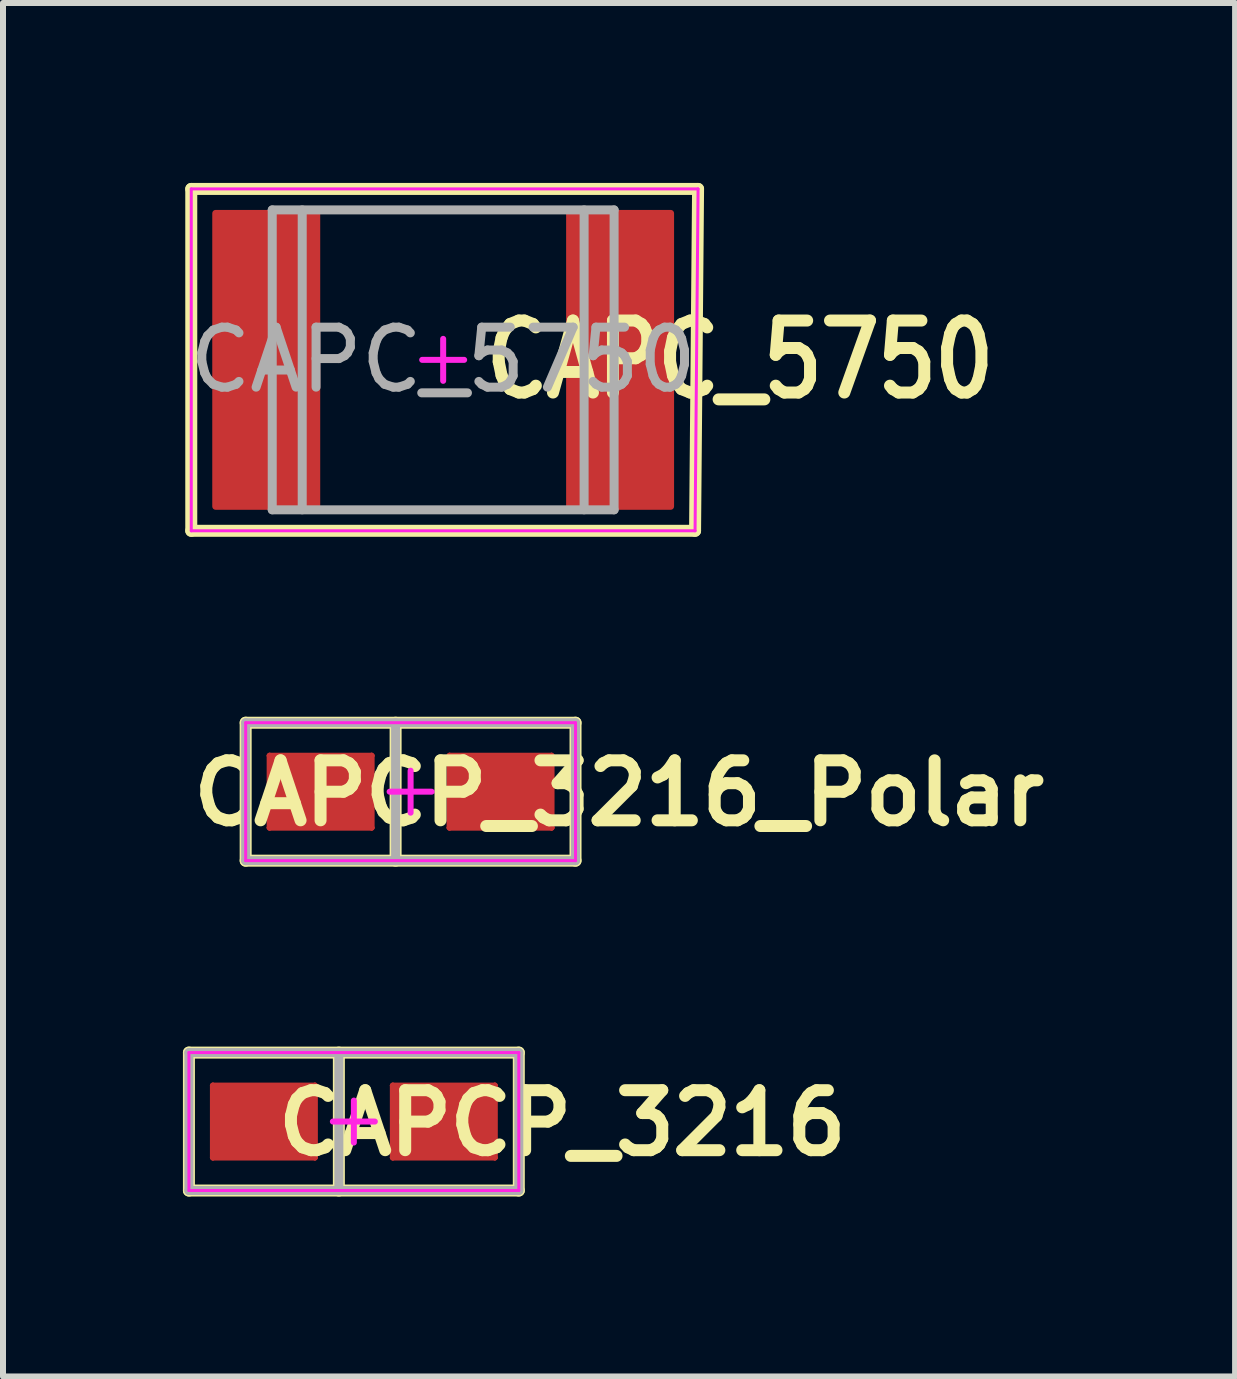
<source format=kicad_pcb>
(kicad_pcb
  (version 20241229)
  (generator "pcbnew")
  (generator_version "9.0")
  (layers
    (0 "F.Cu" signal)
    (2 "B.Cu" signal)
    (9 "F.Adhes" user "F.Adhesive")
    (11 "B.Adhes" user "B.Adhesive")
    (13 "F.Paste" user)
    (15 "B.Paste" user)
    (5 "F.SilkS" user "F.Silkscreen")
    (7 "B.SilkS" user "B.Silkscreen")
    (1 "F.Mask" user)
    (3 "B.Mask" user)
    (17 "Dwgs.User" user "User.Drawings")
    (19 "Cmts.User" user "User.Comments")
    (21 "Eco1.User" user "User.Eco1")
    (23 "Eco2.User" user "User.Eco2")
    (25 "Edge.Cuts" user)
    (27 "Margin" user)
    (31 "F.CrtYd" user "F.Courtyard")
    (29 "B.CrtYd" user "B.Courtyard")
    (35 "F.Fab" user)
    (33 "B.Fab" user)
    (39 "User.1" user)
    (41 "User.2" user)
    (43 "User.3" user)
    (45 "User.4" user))
  (footprint "CAPC_5750"
    (layer "F.Cu")
    (at 4.339 2.95)
    (property "Reference" "CAPC_5750" (at 4.95 0 0) (layer "F.SilkS") (effects (font (size 1.2 1) (thickness 0.2))))
    (attr through_hole)
    (fp_line (start -4.2 2.85) (end -4.2 -2.85) (stroke (width 0.2) (type solid)) (layer "F.SilkS"))
    (fp_line (start 4.2 2.85) (end -4.2 2.85) (stroke (width 0.2) (type solid)) (layer "F.SilkS"))
    (fp_line (start 4.2 2.85) (end 4.25 -2.85) (stroke (width 0.2) (type solid)) (layer "F.SilkS"))
    (fp_line (start 4.25 -2.85) (end -4.2 -2.85) (stroke (width 0.2) (type solid)) (layer "F.SilkS"))
    (fp_line (start -4.2 -2.85) (end 4.25 -2.85) (stroke (width 0.05) (type solid)) (layer "F.CrtYd"))
    (fp_line (start -4.2 2.85) (end -4.2 -2.85) (stroke (width 0.05) (type solid)) (layer "F.CrtYd"))
    (fp_line (start -0.35 0) (end 0.35 0) (stroke (width 0.1) (type solid)) (layer "F.CrtYd"))
    (fp_line (start 0 -0.35) (end 0 0.35) (stroke (width 0.1) (type solid)) (layer "F.CrtYd"))
    (fp_line (start 4.2 2.85) (end -4.2 2.85) (stroke (width 0.05) (type solid)) (layer "F.CrtYd"))
    (fp_line (start 4.2 2.85) (end 4.25 -2.85) (stroke (width 0.05) (type solid)) (layer "F.CrtYd"))
    (fp_line (start -2.85 -2.5) (end -2.85 2.5) (stroke (width 0.15) (type solid)) (layer "F.Fab"))
    (fp_line (start -2.35 -2.5) (end -2.35 2.5) (stroke (width 0.15) (type solid)) (layer "F.Fab"))
    (fp_line (start 2.35 -2.5) (end 2.35 2.5) (stroke (width 0.15) (type solid)) (layer "F.Fab"))
    (fp_line (start 2.85 -2.5) (end -2.85 -2.5) (stroke (width 0.15) (type solid)) (layer "F.Fab"))
    (fp_line (start 2.85 -2.5) (end 2.85 2.5) (stroke (width 0.15) (type solid)) (layer "F.Fab"))
    (fp_line (start 2.85 2.5) (end -2.85 2.5) (stroke (width 0.15) (type solid)) (layer "F.Fab"))
    (fp_text user "${REFERENCE}" (at 0 0 0) (layer "F.Fab") (effects (font (size 1 1) (thickness 0.15))))
    (pad "1" smd roundrect (at -2.95 0) (size 1.8 5) (layers "F.Cu" "F.Mask" "F.Paste") (roundrect_rratio 0.031))
    (pad "2" smd roundrect (at 2.95 0) (size 1.8 5) (layers "F.Cu" "F.Mask" "F.Paste") (roundrect_rratio 0.031)))
  (footprint "CAPCP_3216_Polar"
    (layer "F.Cu")
    (at 3.796 10.15)
    (property "Reference" "CAPCP_3216_Polar" (at 3.475 0.025 0) (layer "F.SilkS") (effects (font (size 1 1) (thickness 0.2))))
    (attr through_hole)
    (fp_line (start -2.375 0.6) (end -2.375 -0.6) (stroke (width 0.05) (type solid)) (layer "F.Cu"))
    (fp_line (start -2.35 -0.625) (end -0.65 -0.625) (stroke (width 0.05) (type solid)) (layer "F.Cu"))
    (fp_line (start -2.35 -0.6) (end -0.65 -0.6) (stroke (width 0.05) (type solid)) (layer "F.Cu"))
    (fp_line (start -2.35 0.6) (end -2.35 -0.6) (stroke (width 0.05) (type solid)) (layer "F.Cu"))
    (fp_line (start -2.35 0.6) (end -0.65 0.6) (stroke (width 0.05) (type solid)) (layer "F.Cu"))
    (fp_line (start -2.35 0.625) (end -0.65 0.625) (stroke (width 0.05) (type solid)) (layer "F.Cu"))
    (fp_line (start -0.65 0.6) (end -0.65 -0.6) (stroke (width 0.05) (type solid)) (layer "F.Cu"))
    (fp_line (start -0.625 0.6) (end -0.625 -0.6) (stroke (width 0.05) (type solid)) (layer "F.Cu"))
    (fp_line (start 0.625 0.6) (end 0.625 -0.6) (stroke (width 0.05) (type solid)) (layer "F.Cu"))
    (fp_line (start 0.65 -0.625) (end 2.35 -0.625) (stroke (width 0.05) (type solid)) (layer "F.Cu"))
    (fp_line (start 0.65 -0.6) (end 2.35 -0.6) (stroke (width 0.05) (type solid)) (layer "F.Cu"))
    (fp_line (start 0.65 0.6) (end 0.65 -0.6) (stroke (width 0.05) (type solid)) (layer "F.Cu"))
    (fp_line (start 0.65 0.6) (end 2.35 0.6) (stroke (width 0.05) (type solid)) (layer "F.Cu"))
    (fp_line (start 0.65 0.625) (end 2.35 0.625) (stroke (width 0.05) (type solid)) (layer "F.Cu"))
    (fp_line (start 2.35 0.6) (end 2.35 -0.6) (stroke (width 0.05) (type solid)) (layer "F.Cu"))
    (fp_line (start 2.375 0.6) (end 2.375 -0.6) (stroke (width 0.05) (type solid)) (layer "F.Cu"))
    (fp_arc (start -2.375 -0.6) (mid -2.367693 -0.617662) (end -2.350044 -0.625) (stroke (width 0.05) (type solid)) (layer "F.Cu"))
    (fp_arc (start -2.375 -0.6) (mid -2.367693 -0.617662) (end -2.350044 -0.625) (stroke (width 0.05) (type solid)) (layer "F.Cu"))
    (fp_arc (start -2.35 0.625) (mid -2.367662 0.617693) (end -2.375 0.600044) (stroke (width 0.05) (type solid)) (layer "F.Cu"))
    (fp_arc (start -2.35 0.625) (mid -2.367662 0.617693) (end -2.375 0.600044) (stroke (width 0.05) (type solid)) (layer "F.Cu"))
    (fp_arc (start -0.65 -0.625) (mid -0.632338 -0.617693) (end -0.625 -0.600044) (stroke (width 0.05) (type solid)) (layer "F.Cu"))
    (fp_arc (start -0.65 -0.625) (mid -0.632338 -0.617693) (end -0.625 -0.600044) (stroke (width 0.05) (type solid)) (layer "F.Cu"))
    (fp_arc (start -0.625 0.6) (mid -0.632307 0.617662) (end -0.649956 0.625) (stroke (width 0.05) (type solid)) (layer "F.Cu"))
    (fp_arc (start -0.625 0.6) (mid -0.632307 0.617662) (end -0.649956 0.625) (stroke (width 0.05) (type solid)) (layer "F.Cu"))
    (fp_arc (start 0.625 -0.6) (mid 0.632307 -0.617662) (end 0.649956 -0.625) (stroke (width 0.05) (type solid)) (layer "F.Cu"))
    (fp_arc (start 0.625 -0.6) (mid 0.632307 -0.617662) (end 0.649956 -0.625) (stroke (width 0.05) (type solid)) (layer "F.Cu"))
    (fp_arc (start 0.65 0.625) (mid 0.632338 0.617693) (end 0.625 0.600044) (stroke (width 0.05) (type solid)) (layer "F.Cu"))
    (fp_arc (start 0.65 0.625) (mid 0.632338 0.617693) (end 0.625 0.600044) (stroke (width 0.05) (type solid)) (layer "F.Cu"))
    (fp_arc (start 2.35 -0.625) (mid 2.367662 -0.617693) (end 2.375 -0.600044) (stroke (width 0.05) (type solid)) (layer "F.Cu"))
    (fp_arc (start 2.35 -0.625) (mid 2.367662 -0.617693) (end 2.375 -0.600044) (stroke (width 0.05) (type solid)) (layer "F.Cu"))
    (fp_arc (start 2.375 0.6) (mid 2.367693 0.617662) (end 2.350044 0.625) (stroke (width 0.05) (type solid)) (layer "F.Cu"))
    (fp_arc (start 2.375 0.6) (mid 2.367693 0.617662) (end 2.350044 0.625) (stroke (width 0.05) (type solid)) (layer "F.Cu"))
    (fp_line (start -2.45 -0.6) (end -2.45 0.6) (stroke (width 0.1) (type solid)) (layer "F.Mask"))
    (fp_line (start -0.65 -0.7) (end -2.35 -0.7) (stroke (width 0.1) (type solid)) (layer "F.Mask"))
    (fp_line (start -0.65 0.7) (end -2.35 0.7) (stroke (width 0.1) (type solid)) (layer "F.Mask"))
    (fp_line (start -0.55 -0.6) (end -0.55 0.6) (stroke (width 0.1) (type solid)) (layer "F.Mask"))
    (fp_line (start 0.55 -0.6) (end 0.55 0.6) (stroke (width 0.1) (type solid)) (layer "F.Mask"))
    (fp_line (start 2.325 -0.7) (end 0.65 -0.7) (stroke (width 0.1) (type solid)) (layer "F.Mask"))
    (fp_line (start 2.35 0.7) (end 0.65 0.7) (stroke (width 0.1) (type solid)) (layer "F.Mask"))
    (fp_line (start 2.45 -0.6) (end 2.45 0.6) (stroke (width 0.1) (type solid)) (layer "F.Mask"))
    (fp_arc (start -2.45 -0.6) (mid -2.420773 -0.670649) (end -2.350175 -0.7) (stroke (width 0.1) (type solid)) (layer "F.Mask"))
    (fp_arc (start -2.45 -0.6) (mid -2.420773 -0.670649) (end -2.350175 -0.7) (stroke (width 0.1) (type solid)) (layer "F.Mask"))
    (fp_arc (start -2.35 0.7) (mid -2.420649 0.670773) (end -2.45 0.600175) (stroke (width 0.1) (type solid)) (layer "F.Mask"))
    (fp_arc (start -2.35 0.7) (mid -2.420649 0.670773) (end -2.45 0.600175) (stroke (width 0.1) (type solid)) (layer "F.Mask"))
    (fp_arc (start -0.65 -0.7) (mid -0.579351 -0.670773) (end -0.55 -0.600175) (stroke (width 0.1) (type solid)) (layer "F.Mask"))
    (fp_arc (start -0.65 -0.7) (mid -0.579351 -0.670773) (end -0.55 -0.600175) (stroke (width 0.1) (type solid)) (layer "F.Mask"))
    (fp_arc (start -0.55 0.6) (mid -0.579227 0.670649) (end -0.649825 0.7) (stroke (width 0.1) (type solid)) (layer "F.Mask"))
    (fp_arc (start -0.55 0.6) (mid -0.579227 0.670649) (end -0.649825 0.7) (stroke (width 0.1) (type solid)) (layer "F.Mask"))
    (fp_arc (start 0.55 -0.6) (mid 0.579227 -0.670649) (end 0.649825 -0.7) (stroke (width 0.1) (type solid)) (layer "F.Mask"))
    (fp_arc (start 0.55 -0.6) (mid 0.579227 -0.670649) (end 0.649825 -0.7) (stroke (width 0.1) (type solid)) (layer "F.Mask"))
    (fp_arc (start 0.65 0.7) (mid 0.579351 0.670773) (end 0.55 0.600175) (stroke (width 0.1) (type solid)) (layer "F.Mask"))
    (fp_arc (start 0.65 0.7) (mid 0.579351 0.670773) (end 0.55 0.600175) (stroke (width 0.1) (type solid)) (layer "F.Mask"))
    (fp_arc (start 2.35 -0.7) (mid 2.420649 -0.670773) (end 2.45 -0.600175) (stroke (width 0.1) (type solid)) (layer "F.Mask"))
    (fp_arc (start 2.35 -0.7) (mid 2.420649 -0.670773) (end 2.45 -0.600175) (stroke (width 0.1) (type solid)) (layer "F.Mask"))
    (fp_arc (start 2.45 0.6) (mid 2.420773 0.670649) (end 2.350175 0.7) (stroke (width 0.1) (type solid)) (layer "F.Mask"))
    (fp_arc (start 2.45 0.6) (mid 2.420773 0.670649) (end 2.350175 0.7) (stroke (width 0.1) (type solid)) (layer "F.Mask"))
    (fp_line (start -2.75 -1.15) (end -2.75 1.15) (stroke (width 0.2) (type solid)) (layer "F.SilkS"))
    (fp_line (start -2.75 1.15) (end 2.75 1.15) (stroke (width 0.2) (type solid)) (layer "F.SilkS"))
    (fp_line (start -0.25 -1.15) (end -0.25 1.15) (stroke (width 0.2) (type solid)) (layer "F.SilkS"))
    (fp_line (start 2.75 -1.15) (end -2.75 -1.15) (stroke (width 0.2) (type solid)) (layer "F.SilkS"))
    (fp_line (start 2.75 1.15) (end 2.75 -1.15) (stroke (width 0.2) (type solid)) (layer "F.SilkS"))
    (fp_line (start -2.35 -0.6) (end -0.65 -0.6) (stroke (width 0.05) (type solid)) (layer "F.Paste"))
    (fp_line (start -2.35 0.6) (end -2.35 -0.6) (stroke (width 0.05) (type solid)) (layer "F.Paste"))
    (fp_line (start -0.65 -0.6) (end -0.65 0.6) (stroke (width 0.05) (type solid)) (layer "F.Paste"))
    (fp_line (start -0.65 0.6) (end -2.35 0.6) (stroke (width 0.05) (type solid)) (layer "F.Paste"))
    (fp_line (start 0.65 -0.6) (end 2.35 -0.6) (stroke (width 0.05) (type solid)) (layer "F.Paste"))
    (fp_line (start 0.65 0.6) (end 0.65 -0.6) (stroke (width 0.05) (type solid)) (layer "F.Paste"))
    (fp_line (start 2.35 -0.6) (end 2.35 0.6) (stroke (width 0.05) (type solid)) (layer "F.Paste"))
    (fp_line (start 2.35 0.6) (end 0.65 0.6) (stroke (width 0.05) (type solid)) (layer "F.Paste"))
    (fp_line (start -2.75 -1.15) (end 2.75 -1.15) (stroke (width 0.05) (type solid)) (layer "F.CrtYd"))
    (fp_line (start -2.75 1.15) (end -2.75 -1.15) (stroke (width 0.05) (type solid)) (layer "F.CrtYd"))
    (fp_line (start -0.35 0) (end 0.35 0) (stroke (width 0.1) (type solid)) (layer "F.CrtYd"))
    (fp_line (start 0 -0.35) (end 0 0.35) (stroke (width 0.1) (type solid)) (layer "F.CrtYd"))
    (fp_line (start 2.75 -1.15) (end 2.75 1.15) (stroke (width 0.05) (type solid)) (layer "F.CrtYd"))
    (fp_line (start 2.75 1.15) (end -2.75 1.15) (stroke (width 0.05) (type solid)) (layer "F.CrtYd"))
    (fp_line (start -2.75 -1.15) (end -2.75 1.15) (stroke (width 0.15) (type solid)) (layer "F.Fab"))
    (fp_line (start -2.75 1.15) (end 2.75 1.15) (stroke (width 0.15) (type solid)) (layer "F.Fab"))
    (fp_line (start -0.25 -1.15) (end -0.25 1.15) (stroke (width 0.15) (type solid)) (layer "F.Fab"))
    (fp_line (start 2.75 -1.15) (end -2.75 -1.15) (stroke (width 0.15) (type solid)) (layer "F.Fab"))
    (fp_line (start 2.75 1.15) (end 2.75 -1.15) (stroke (width 0.15) (type solid)) (layer "F.Fab"))
    (pad "+" smd rect (at -1.5 0) (size 1.7 1.2) (layers "F.Cu" "F.Mask" "F.Paste"))
    (pad "-" smd rect (at 1.5 0) (size 1.7 1.2) (layers "F.Cu" "F.Mask" "F.Paste")))
  (footprint "CAPCP_3216"
    (layer "F.Cu")
    (at 2.85 15.65)
    (property "Reference" "CAPCP_3216" (at 3.475 0.025 0) (layer "F.SilkS") (effects (font (size 1 1) (thickness 0.2))))
    (attr through_hole)
    (fp_line (start -2.375 0.6) (end -2.375 -0.6) (stroke (width 0.05) (type solid)) (layer "F.Cu"))
    (fp_line (start -2.35 -0.625) (end -0.65 -0.625) (stroke (width 0.05) (type solid)) (layer "F.Cu"))
    (fp_line (start -2.35 -0.6) (end -0.65 -0.6) (stroke (width 0.05) (type solid)) (layer "F.Cu"))
    (fp_line (start -2.35 0.6) (end -2.35 -0.6) (stroke (width 0.05) (type solid)) (layer "F.Cu"))
    (fp_line (start -2.35 0.6) (end -0.65 0.6) (stroke (width 0.05) (type solid)) (layer "F.Cu"))
    (fp_line (start -2.35 0.625) (end -0.65 0.625) (stroke (width 0.05) (type solid)) (layer "F.Cu"))
    (fp_line (start -0.65 0.6) (end -0.65 -0.6) (stroke (width 0.05) (type solid)) (layer "F.Cu"))
    (fp_line (start -0.625 0.6) (end -0.625 -0.6) (stroke (width 0.05) (type solid)) (layer "F.Cu"))
    (fp_line (start 0.625 0.6) (end 0.625 -0.6) (stroke (width 0.05) (type solid)) (layer "F.Cu"))
    (fp_line (start 0.65 -0.625) (end 2.35 -0.625) (stroke (width 0.05) (type solid)) (layer "F.Cu"))
    (fp_line (start 0.65 -0.6) (end 2.35 -0.6) (stroke (width 0.05) (type solid)) (layer "F.Cu"))
    (fp_line (start 0.65 0.6) (end 0.65 -0.6) (stroke (width 0.05) (type solid)) (layer "F.Cu"))
    (fp_line (start 0.65 0.6) (end 2.35 0.6) (stroke (width 0.05) (type solid)) (layer "F.Cu"))
    (fp_line (start 0.65 0.625) (end 2.35 0.625) (stroke (width 0.05) (type solid)) (layer "F.Cu"))
    (fp_line (start 2.35 0.6) (end 2.35 -0.6) (stroke (width 0.05) (type solid)) (layer "F.Cu"))
    (fp_line (start 2.375 0.6) (end 2.375 -0.6) (stroke (width 0.05) (type solid)) (layer "F.Cu"))
    (fp_arc (start -2.375 -0.6) (mid -2.367693 -0.617662) (end -2.350044 -0.625) (stroke (width 0.05) (type solid)) (layer "F.Cu"))
    (fp_arc (start -2.375 -0.6) (mid -2.367693 -0.617662) (end -2.350044 -0.625) (stroke (width 0.05) (type solid)) (layer "F.Cu"))
    (fp_arc (start -2.35 0.625) (mid -2.367662 0.617693) (end -2.375 0.600044) (stroke (width 0.05) (type solid)) (layer "F.Cu"))
    (fp_arc (start -2.35 0.625) (mid -2.367662 0.617693) (end -2.375 0.600044) (stroke (width 0.05) (type solid)) (layer "F.Cu"))
    (fp_arc (start -0.65 -0.625) (mid -0.632338 -0.617693) (end -0.625 -0.600044) (stroke (width 0.05) (type solid)) (layer "F.Cu"))
    (fp_arc (start -0.65 -0.625) (mid -0.632338 -0.617693) (end -0.625 -0.600044) (stroke (width 0.05) (type solid)) (layer "F.Cu"))
    (fp_arc (start -0.625 0.6) (mid -0.632307 0.617662) (end -0.649956 0.625) (stroke (width 0.05) (type solid)) (layer "F.Cu"))
    (fp_arc (start -0.625 0.6) (mid -0.632307 0.617662) (end -0.649956 0.625) (stroke (width 0.05) (type solid)) (layer "F.Cu"))
    (fp_arc (start 0.625 -0.6) (mid 0.632307 -0.617662) (end 0.649956 -0.625) (stroke (width 0.05) (type solid)) (layer "F.Cu"))
    (fp_arc (start 0.625 -0.6) (mid 0.632307 -0.617662) (end 0.649956 -0.625) (stroke (width 0.05) (type solid)) (layer "F.Cu"))
    (fp_arc (start 0.65 0.625) (mid 0.632338 0.617693) (end 0.625 0.600044) (stroke (width 0.05) (type solid)) (layer "F.Cu"))
    (fp_arc (start 0.65 0.625) (mid 0.632338 0.617693) (end 0.625 0.600044) (stroke (width 0.05) (type solid)) (layer "F.Cu"))
    (fp_arc (start 2.35 -0.625) (mid 2.367662 -0.617693) (end 2.375 -0.600044) (stroke (width 0.05) (type solid)) (layer "F.Cu"))
    (fp_arc (start 2.35 -0.625) (mid 2.367662 -0.617693) (end 2.375 -0.600044) (stroke (width 0.05) (type solid)) (layer "F.Cu"))
    (fp_arc (start 2.375 0.6) (mid 2.367693 0.617662) (end 2.350044 0.625) (stroke (width 0.05) (type solid)) (layer "F.Cu"))
    (fp_arc (start 2.375 0.6) (mid 2.367693 0.617662) (end 2.350044 0.625) (stroke (width 0.05) (type solid)) (layer "F.Cu"))
    (fp_line (start -2.45 -0.6) (end -2.45 0.6) (stroke (width 0.1) (type solid)) (layer "F.Mask"))
    (fp_line (start -0.65 -0.7) (end -2.35 -0.7) (stroke (width 0.1) (type solid)) (layer "F.Mask"))
    (fp_line (start -0.65 0.7) (end -2.35 0.7) (stroke (width 0.1) (type solid)) (layer "F.Mask"))
    (fp_line (start -0.55 -0.6) (end -0.55 0.6) (stroke (width 0.1) (type solid)) (layer "F.Mask"))
    (fp_line (start 0.55 -0.6) (end 0.55 0.6) (stroke (width 0.1) (type solid)) (layer "F.Mask"))
    (fp_line (start 2.325 -0.7) (end 0.65 -0.7) (stroke (width 0.1) (type solid)) (layer "F.Mask"))
    (fp_line (start 2.35 0.7) (end 0.65 0.7) (stroke (width 0.1) (type solid)) (layer "F.Mask"))
    (fp_line (start 2.45 -0.6) (end 2.45 0.6) (stroke (width 0.1) (type solid)) (layer "F.Mask"))
    (fp_arc (start -2.45 -0.6) (mid -2.420773 -0.670649) (end -2.350175 -0.7) (stroke (width 0.1) (type solid)) (layer "F.Mask"))
    (fp_arc (start -2.45 -0.6) (mid -2.420773 -0.670649) (end -2.350175 -0.7) (stroke (width 0.1) (type solid)) (layer "F.Mask"))
    (fp_arc (start -2.35 0.7) (mid -2.420649 0.670773) (end -2.45 0.600175) (stroke (width 0.1) (type solid)) (layer "F.Mask"))
    (fp_arc (start -2.35 0.7) (mid -2.420649 0.670773) (end -2.45 0.600175) (stroke (width 0.1) (type solid)) (layer "F.Mask"))
    (fp_arc (start -0.65 -0.7) (mid -0.579351 -0.670773) (end -0.55 -0.600175) (stroke (width 0.1) (type solid)) (layer "F.Mask"))
    (fp_arc (start -0.65 -0.7) (mid -0.579351 -0.670773) (end -0.55 -0.600175) (stroke (width 0.1) (type solid)) (layer "F.Mask"))
    (fp_arc (start -0.55 0.6) (mid -0.579227 0.670649) (end -0.649825 0.7) (stroke (width 0.1) (type solid)) (layer "F.Mask"))
    (fp_arc (start -0.55 0.6) (mid -0.579227 0.670649) (end -0.649825 0.7) (stroke (width 0.1) (type solid)) (layer "F.Mask"))
    (fp_arc (start 0.55 -0.6) (mid 0.579227 -0.670649) (end 0.649825 -0.7) (stroke (width 0.1) (type solid)) (layer "F.Mask"))
    (fp_arc (start 0.55 -0.6) (mid 0.579227 -0.670649) (end 0.649825 -0.7) (stroke (width 0.1) (type solid)) (layer "F.Mask"))
    (fp_arc (start 0.65 0.7) (mid 0.579351 0.670773) (end 0.55 0.600175) (stroke (width 0.1) (type solid)) (layer "F.Mask"))
    (fp_arc (start 0.65 0.7) (mid 0.579351 0.670773) (end 0.55 0.600175) (stroke (width 0.1) (type solid)) (layer "F.Mask"))
    (fp_arc (start 2.35 -0.7) (mid 2.420649 -0.670773) (end 2.45 -0.600175) (stroke (width 0.1) (type solid)) (layer "F.Mask"))
    (fp_arc (start 2.35 -0.7) (mid 2.420649 -0.670773) (end 2.45 -0.600175) (stroke (width 0.1) (type solid)) (layer "F.Mask"))
    (fp_arc (start 2.45 0.6) (mid 2.420773 0.670649) (end 2.350175 0.7) (stroke (width 0.1) (type solid)) (layer "F.Mask"))
    (fp_arc (start 2.45 0.6) (mid 2.420773 0.670649) (end 2.350175 0.7) (stroke (width 0.1) (type solid)) (layer "F.Mask"))
    (fp_line (start -2.75 -1.15) (end -2.75 1.15) (stroke (width 0.2) (type solid)) (layer "F.SilkS"))
    (fp_line (start -2.75 1.15) (end 2.75 1.15) (stroke (width 0.2) (type solid)) (layer "F.SilkS"))
    (fp_line (start -0.25 -1.15) (end -0.25 1.15) (stroke (width 0.2) (type solid)) (layer "F.SilkS"))
    (fp_line (start 2.75 -1.15) (end -2.75 -1.15) (stroke (width 0.2) (type solid)) (layer "F.SilkS"))
    (fp_line (start 2.75 1.15) (end 2.75 -1.15) (stroke (width 0.2) (type solid)) (layer "F.SilkS"))
    (fp_line (start -2.35 -0.6) (end -0.65 -0.6) (stroke (width 0.05) (type solid)) (layer "F.Paste"))
    (fp_line (start -2.35 0.6) (end -2.35 -0.6) (stroke (width 0.05) (type solid)) (layer "F.Paste"))
    (fp_line (start -0.65 -0.6) (end -0.65 0.6) (stroke (width 0.05) (type solid)) (layer "F.Paste"))
    (fp_line (start -0.65 0.6) (end -2.35 0.6) (stroke (width 0.05) (type solid)) (layer "F.Paste"))
    (fp_line (start 0.65 -0.6) (end 2.35 -0.6) (stroke (width 0.05) (type solid)) (layer "F.Paste"))
    (fp_line (start 0.65 0.6) (end 0.65 -0.6) (stroke (width 0.05) (type solid)) (layer "F.Paste"))
    (fp_line (start 2.35 -0.6) (end 2.35 0.6) (stroke (width 0.05) (type solid)) (layer "F.Paste"))
    (fp_line (start 2.35 0.6) (end 0.65 0.6) (stroke (width 0.05) (type solid)) (layer "F.Paste"))
    (fp_line (start -2.75 -1.15) (end 2.75 -1.15) (stroke (width 0.05) (type solid)) (layer "F.CrtYd"))
    (fp_line (start -2.75 1.15) (end -2.75 -1.15) (stroke (width 0.05) (type solid)) (layer "F.CrtYd"))
    (fp_line (start -0.35 0) (end 0.35 0) (stroke (width 0.1) (type solid)) (layer "F.CrtYd"))
    (fp_line (start 0 -0.35) (end 0 0.35) (stroke (width 0.1) (type solid)) (layer "F.CrtYd"))
    (fp_line (start 2.75 -1.15) (end 2.75 1.15) (stroke (width 0.05) (type solid)) (layer "F.CrtYd"))
    (fp_line (start 2.75 1.15) (end -2.75 1.15) (stroke (width 0.05) (type solid)) (layer "F.CrtYd"))
    (fp_line (start -2.75 -1.15) (end -2.75 1.15) (stroke (width 0.15) (type solid)) (layer "F.Fab"))
    (fp_line (start -2.75 1.15) (end 2.75 1.15) (stroke (width 0.15) (type solid)) (layer "F.Fab"))
    (fp_line (start -0.25 -1.15) (end -0.25 1.15) (stroke (width 0.15) (type solid)) (layer "F.Fab"))
    (fp_line (start 2.75 -1.15) (end -2.75 -1.15) (stroke (width 0.15) (type solid)) (layer "F.Fab"))
    (fp_line (start 2.75 1.15) (end 2.75 -1.15) (stroke (width 0.15) (type solid)) (layer "F.Fab"))
    (pad "+" smd rect (at 1.5 0) (size 1.7 1.2) (layers "F.Cu" "F.Mask" "F.Paste"))
    (pad "-" smd rect (at -1.5 0) (size 1.7 1.2) (layers "F.Cu" "F.Mask" "F.Paste")))
  (gr_rect
    (start -3 -3)
    (end 17.543 19.9)
    (stroke (width 0.1) (type default))
    (fill no)
    (layer "Edge.Cuts")))
</source>
